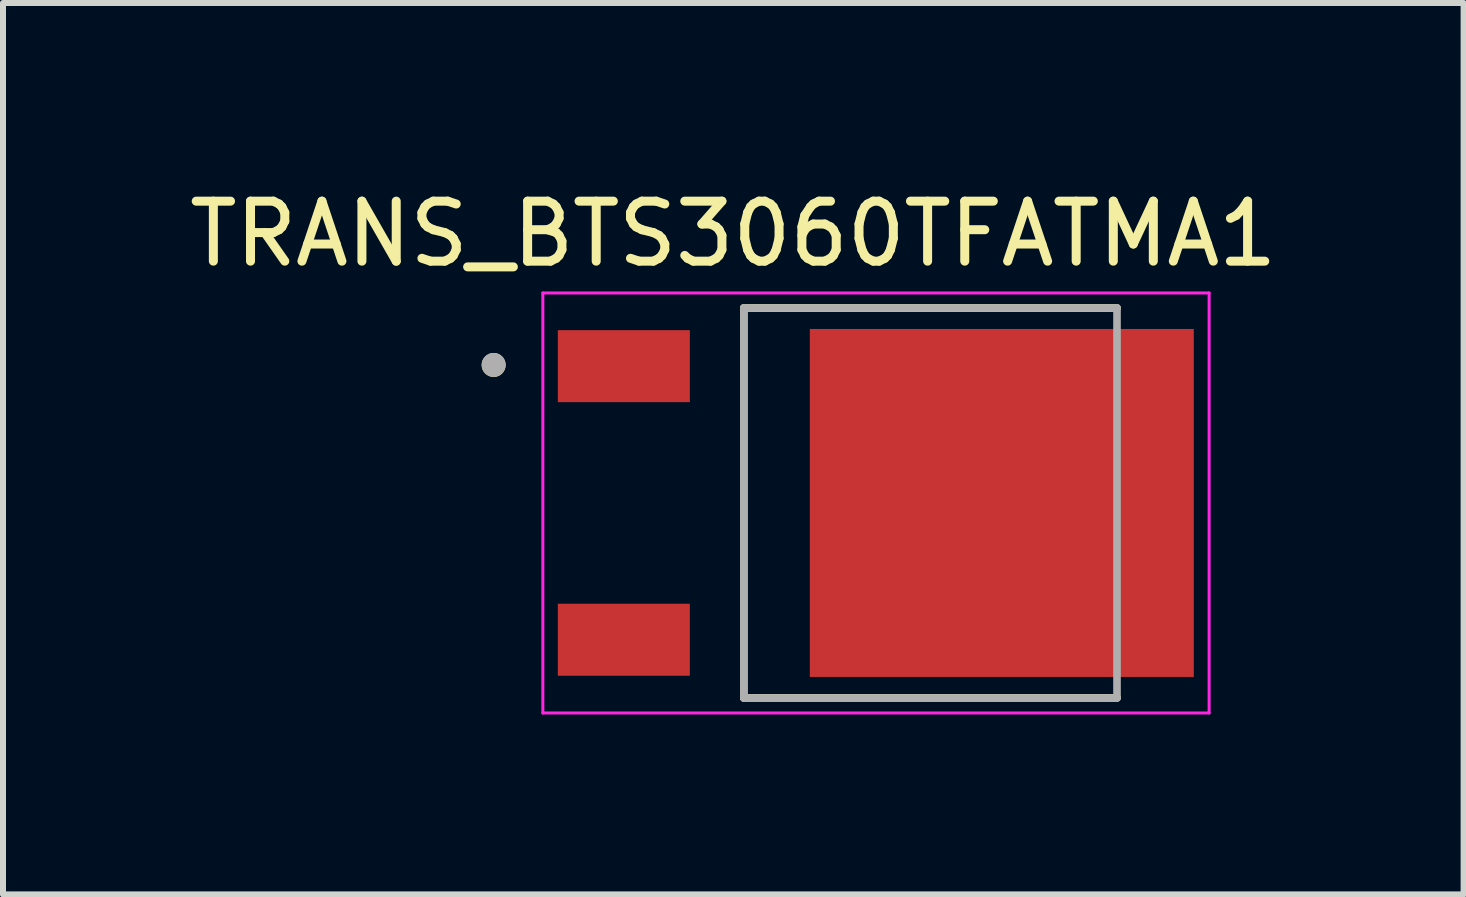
<source format=kicad_pcb>
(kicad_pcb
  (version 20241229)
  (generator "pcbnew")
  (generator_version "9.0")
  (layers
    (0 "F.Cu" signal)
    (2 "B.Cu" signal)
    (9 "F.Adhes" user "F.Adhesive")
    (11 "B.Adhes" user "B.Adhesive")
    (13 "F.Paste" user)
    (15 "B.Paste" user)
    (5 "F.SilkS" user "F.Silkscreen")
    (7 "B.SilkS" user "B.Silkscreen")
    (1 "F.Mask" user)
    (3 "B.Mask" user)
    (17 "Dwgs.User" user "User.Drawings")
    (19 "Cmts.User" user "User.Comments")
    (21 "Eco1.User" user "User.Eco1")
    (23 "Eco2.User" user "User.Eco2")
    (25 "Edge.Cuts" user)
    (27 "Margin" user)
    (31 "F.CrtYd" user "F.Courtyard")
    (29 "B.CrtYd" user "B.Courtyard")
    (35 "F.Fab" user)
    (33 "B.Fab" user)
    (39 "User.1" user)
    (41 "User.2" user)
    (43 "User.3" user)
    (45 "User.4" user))
  (footprint "TRANS_BTS3060TFATMA1"
    (layer "F.Cu")
    (at 11.578 5.333)
    (property "Reference" "TRANS_BTS3060TFATMA1" (at -2.405 -4.485 0) (layer "F.SilkS") (effects (font (size 1 1) (thickness 0.15))))
    (attr smd)
    (fp_line (start -2.23 -3.25) (end 3.99 -3.25) (stroke (width 0.127) (type solid)) (layer "F.SilkS"))
    (fp_line (start -2.23 3.25) (end -2.23 -3.25) (stroke (width 0.127) (type solid)) (layer "F.SilkS"))
    (fp_line (start 3.99 3.25) (end -2.23 3.25) (stroke (width 0.127) (type solid)) (layer "F.SilkS"))
    (fp_circle (center -6.4 -2.3) (end -6.3 -2.3) (stroke (width 0.2) (type solid)) (fill no) (layer "F.SilkS"))
    (fp_poly (pts (xy -5.28 -2.83) (xy -3.18 -2.83) (xy -3.18 -1.73) (xy -5.28 -1.73)) (stroke (width 0.01) (type solid)) (fill yes) (layer "F.Paste"))
    (fp_poly (pts (xy -5.28 1.73) (xy -3.18 1.73) (xy -3.18 2.83) (xy -5.28 2.83)) (stroke (width 0.01) (type solid)) (fill yes) (layer "F.Paste"))
    (fp_poly (pts (xy -1.08 -2.85) (xy 1.92 -2.85) (xy 1.92 -0.15) (xy -1.08 -0.15)) (stroke (width 0.01) (type solid)) (fill yes) (layer "F.Paste"))
    (fp_poly (pts (xy -1.08 0.15) (xy 1.92 0.15) (xy 1.92 2.85) (xy -1.08 2.85)) (stroke (width 0.01) (type solid)) (fill yes) (layer "F.Paste"))
    (fp_poly (pts (xy 2.22 -2.85) (xy 5.22 -2.85) (xy 5.22 -0.15) (xy 2.22 -0.15)) (stroke (width 0.01) (type solid)) (fill yes) (layer "F.Paste"))
    (fp_poly (pts (xy 2.22 0.15) (xy 5.22 0.15) (xy 5.22 2.85) (xy 2.22 2.85)) (stroke (width 0.01) (type solid)) (fill yes) (layer "F.Paste"))
    (fp_line (start -5.58 -3.5) (end 5.525 -3.5) (stroke (width 0.05) (type solid)) (layer "F.CrtYd"))
    (fp_line (start -5.58 3.5) (end -5.58 -3.5) (stroke (width 0.05) (type solid)) (layer "F.CrtYd"))
    (fp_line (start 5.525 -3.5) (end 5.525 3.5) (stroke (width 0.05) (type solid)) (layer "F.CrtYd"))
    (fp_line (start 5.525 3.5) (end -5.58 3.5) (stroke (width 0.05) (type solid)) (layer "F.CrtYd"))
    (fp_line (start -2.23 -3.25) (end 3.99 -3.25) (stroke (width 0.127) (type solid)) (layer "F.Fab"))
    (fp_line (start -2.23 3.25) (end -2.23 -3.25) (stroke (width 0.127) (type solid)) (layer "F.Fab"))
    (fp_line (start 3.99 -3.25) (end 3.99 3.25) (stroke (width 0.127) (type solid)) (layer "F.Fab"))
    (fp_line (start 3.99 3.25) (end -2.23 3.25) (stroke (width 0.127) (type solid)) (layer "F.Fab"))
    (fp_circle (center -6.4 -2.3) (end -6.3 -2.3) (stroke (width 0.2) (type solid)) (fill no) (layer "F.Fab"))
    (pad "1" smd rect (at -4.23 -2.28) (size 2.2 1.2) (layers "F.Cu" "F.Mask"))
    (pad "3" smd rect (at -4.23 2.28) (size 2.2 1.2) (layers "F.Cu" "F.Mask"))
    (pad "4" smd rect (at 2.07 0) (size 6.4 5.8) (layers "F.Cu" "F.Mask")))
  (gr_rect
    (start -3 -3)
    (end 21.345 11.858)
    (stroke (width 0.1) (type default))
    (fill no)
    (layer "Edge.Cuts")))
</source>
